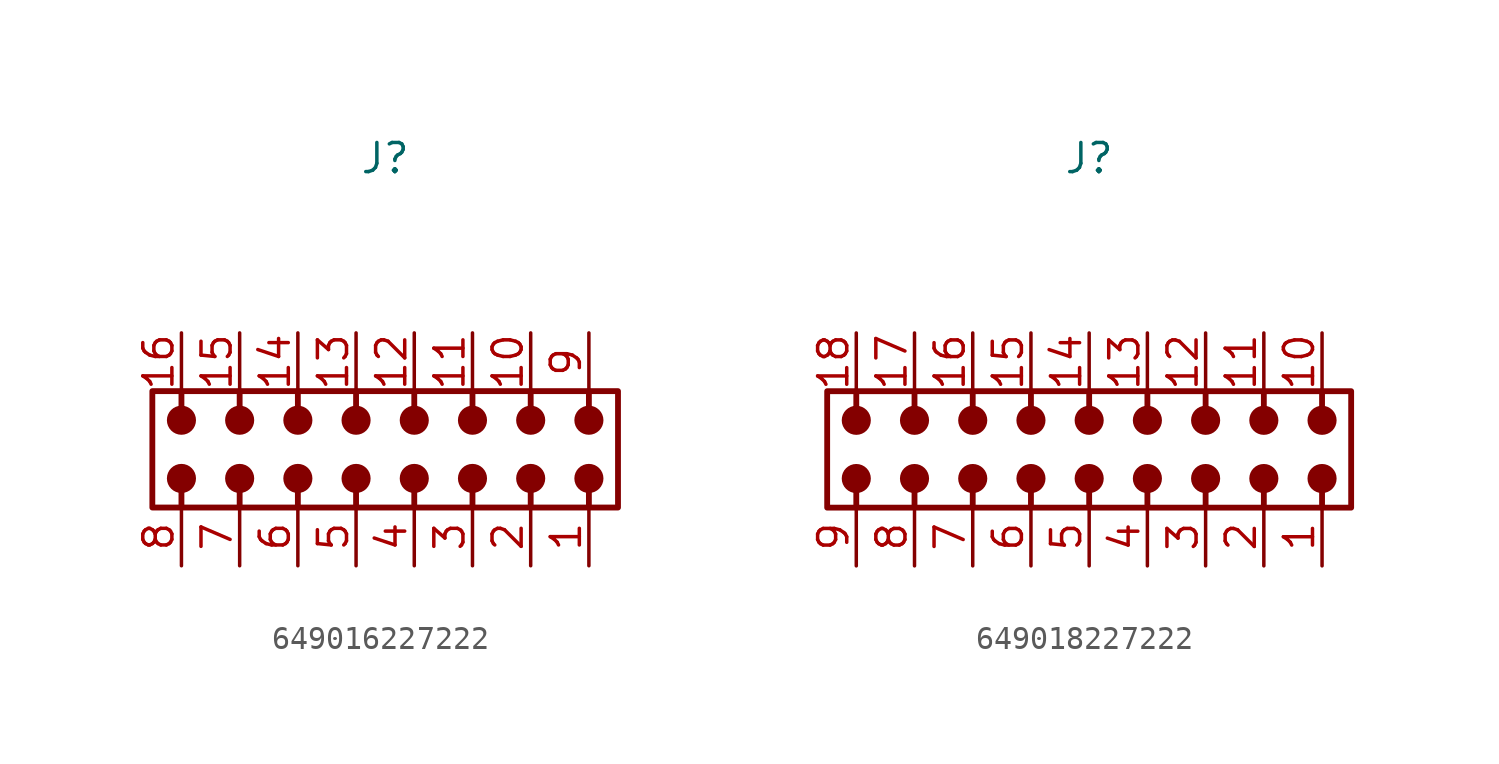
<source format=kicad_sym>
(kicad_symbol_lib
  (version 20241209)
  (generator "kicad_symbol_editor")
  (generator_version "9.0")
  (symbol "649016227222"
    (pin_names
      (hide yes))
    (property "Reference" "J"
      (at 0 12.7 0)
      (effects (font (size 1.27 1.27))))
    (symbol "649016227222_1_1"
      (rectangle (start -10.16 2.54) (end 10.16 -2.54) (stroke (width 0.254) (type solid)) (fill (type none)))
      (polyline (pts (xy -8.89 1.778) (xy -8.89 2.54)) (stroke (width 0.254) (type solid)) (fill (type none)))
      (circle (center -8.89 1.27) (radius 0.508) (stroke (width 0.254) (type solid)) (fill (type outline)))
      (circle (center -8.89 -1.27) (radius 0.508) (stroke (width 0.254) (type solid)) (fill (type outline)))
      (polyline (pts (xy -8.89 -1.778) (xy -8.89 -2.54)) (stroke (width 0.254) (type solid)) (fill (type none)))
      (polyline (pts (xy -6.35 1.778) (xy -6.35 2.54)) (stroke (width 0.254) (type solid)) (fill (type none)))
      (circle (center -6.35 1.27) (radius 0.508) (stroke (width 0.254) (type solid)) (fill (type outline)))
      (circle (center -6.35 -1.27) (radius 0.508) (stroke (width 0.254) (type solid)) (fill (type outline)))
      (polyline (pts (xy -6.35 -1.778) (xy -6.35 -2.54)) (stroke (width 0.254) (type solid)) (fill (type none)))
      (polyline (pts (xy -3.81 1.778) (xy -3.81 2.54)) (stroke (width 0.254) (type solid)) (fill (type none)))
      (circle (center -3.81 1.27) (radius 0.508) (stroke (width 0.254) (type solid)) (fill (type outline)))
      (circle (center -3.81 -1.27) (radius 0.508) (stroke (width 0.254) (type solid)) (fill (type outline)))
      (polyline (pts (xy -3.81 -1.778) (xy -3.81 -2.54)) (stroke (width 0.254) (type solid)) (fill (type none)))
      (polyline (pts (xy -1.27 1.778) (xy -1.27 2.54)) (stroke (width 0.254) (type solid)) (fill (type none)))
      (circle (center -1.27 1.27) (radius 0.508) (stroke (width 0.254) (type solid)) (fill (type outline)))
      (circle (center -1.27 -1.27) (radius 0.508) (stroke (width 0.254) (type solid)) (fill (type outline)))
      (polyline (pts (xy -1.27 -1.778) (xy -1.27 -2.54)) (stroke (width 0.254) (type solid)) (fill (type none)))
      (polyline (pts (xy 1.27 1.778) (xy 1.27 2.54)) (stroke (width 0.254) (type solid)) (fill (type none)))
      (circle (center 1.27 1.27) (radius 0.508) (stroke (width 0.254) (type solid)) (fill (type outline)))
      (circle (center 1.27 -1.27) (radius 0.508) (stroke (width 0.254) (type solid)) (fill (type outline)))
      (polyline (pts (xy 1.27 -1.778) (xy 1.27 -2.54)) (stroke (width 0.254) (type solid)) (fill (type none)))
      (polyline (pts (xy 3.81 1.778) (xy 3.81 2.54)) (stroke (width 0.254) (type solid)) (fill (type none)))
      (circle (center 3.81 1.27) (radius 0.508) (stroke (width 0.254) (type solid)) (fill (type outline)))
      (circle (center 3.81 -1.27) (radius 0.508) (stroke (width 0.254) (type solid)) (fill (type outline)))
      (polyline (pts (xy 3.81 -1.778) (xy 3.81 -2.54)) (stroke (width 0.254) (type solid)) (fill (type none)))
      (polyline (pts (xy 6.35 1.778) (xy 6.35 2.54)) (stroke (width 0.254) (type solid)) (fill (type none)))
      (circle (center 6.35 1.27) (radius 0.508) (stroke (width 0.254) (type solid)) (fill (type outline)))
      (circle (center 6.35 -1.27) (radius 0.508) (stroke (width 0.254) (type solid)) (fill (type outline)))
      (polyline (pts (xy 6.35 -1.778) (xy 6.35 -2.54)) (stroke (width 0.254) (type solid)) (fill (type none)))
      (polyline (pts (xy 8.89 1.778) (xy 8.89 2.54)) (stroke (width 0.254) (type solid)) (fill (type none)))
      (circle (center 8.89 1.27) (radius 0.508) (stroke (width 0.254) (type solid)) (fill (type outline)))
      (circle (center 8.89 -1.27) (radius 0.508) (stroke (width 0.254) (type solid)) (fill (type outline)))
      (polyline (pts (xy 8.89 -1.778) (xy 8.89 -2.54)) (stroke (width 0.254) (type solid)) (fill (type none)))
      (pin passive line (at -8.89 5.08 270) (length 2.54) (name "16" (effects (font (size 1.27 1.27)))) (number "16" (effects (font (size 1.27 1.27)))))
      (pin passive line (at -8.89 -5.08 90) (length 2.54) (name "8" (effects (font (size 1.27 1.27)))) (number "8" (effects (font (size 1.27 1.27)))))
      (pin passive line (at -6.35 5.08 270) (length 2.54) (name "15" (effects (font (size 1.27 1.27)))) (number "15" (effects (font (size 1.27 1.27)))))
      (pin passive line (at -6.35 -5.08 90) (length 2.54) (name "7" (effects (font (size 1.27 1.27)))) (number "7" (effects (font (size 1.27 1.27)))))
      (pin passive line (at -3.81 5.08 270) (length 2.54) (name "14" (effects (font (size 1.27 1.27)))) (number "14" (effects (font (size 1.27 1.27)))))
      (pin passive line (at -3.81 -5.08 90) (length 2.54) (name "6" (effects (font (size 1.27 1.27)))) (number "6" (effects (font (size 1.27 1.27)))))
      (pin passive line (at -1.27 5.08 270) (length 2.54) (name "13" (effects (font (size 1.27 1.27)))) (number "13" (effects (font (size 1.27 1.27)))))
      (pin passive line (at -1.27 -5.08 90) (length 2.54) (name "5" (effects (font (size 1.27 1.27)))) (number "5" (effects (font (size 1.27 1.27)))))
      (pin passive line (at 1.27 5.08 270) (length 2.54) (name "12" (effects (font (size 1.27 1.27)))) (number "12" (effects (font (size 1.27 1.27)))))
      (pin passive line (at 1.27 -5.08 90) (length 2.54) (name "4" (effects (font (size 1.27 1.27)))) (number "4" (effects (font (size 1.27 1.27)))))
      (pin passive line (at 3.81 5.08 270) (length 2.54) (name "11" (effects (font (size 1.27 1.27)))) (number "11" (effects (font (size 1.27 1.27)))))
      (pin passive line (at 3.81 -5.08 90) (length 2.54) (name "3" (effects (font (size 1.27 1.27)))) (number "3" (effects (font (size 1.27 1.27)))))
      (pin passive line (at 6.35 5.08 270) (length 2.54) (name "10" (effects (font (size 1.27 1.27)))) (number "10" (effects (font (size 1.27 1.27)))))
      (pin passive line (at 6.35 -5.08 90) (length 2.54) (name "2" (effects (font (size 1.27 1.27)))) (number "2" (effects (font (size 1.27 1.27)))))
      (pin passive line (at 8.89 5.08 270) (length 2.54) (name "9" (effects (font (size 1.27 1.27)))) (number "9" (effects (font (size 1.27 1.27)))))
      (pin passive line (at 8.89 -5.08 90) (length 2.54) (name "1" (effects (font (size 1.27 1.27)))) (number "1" (effects (font (size 1.27 1.27)))))))
  (symbol "649018227222"
    (pin_names
      (hide yes))
    (property "Reference" "J"
      (at 0 12.7 0)
      (effects (font (size 1.27 1.27))))
    (symbol "649018227222_1_1"
      (rectangle (start -11.43 2.54) (end 11.43 -2.54) (stroke (width 0.254) (type solid)) (fill (type none)))
      (polyline (pts (xy -10.16 1.778) (xy -10.16 2.54)) (stroke (width 0.254) (type solid)) (fill (type none)))
      (circle (center -10.16 1.27) (radius 0.508) (stroke (width 0.254) (type solid)) (fill (type outline)))
      (circle (center -10.16 -1.27) (radius 0.508) (stroke (width 0.254) (type solid)) (fill (type outline)))
      (polyline (pts (xy -10.16 -1.778) (xy -10.16 -2.54)) (stroke (width 0.254) (type solid)) (fill (type none)))
      (polyline (pts (xy -7.62 1.778) (xy -7.62 2.54)) (stroke (width 0.254) (type solid)) (fill (type none)))
      (circle (center -7.62 1.27) (radius 0.508) (stroke (width 0.254) (type solid)) (fill (type outline)))
      (circle (center -7.62 -1.27) (radius 0.508) (stroke (width 0.254) (type solid)) (fill (type outline)))
      (polyline (pts (xy -7.62 -1.778) (xy -7.62 -2.54)) (stroke (width 0.254) (type solid)) (fill (type none)))
      (polyline (pts (xy -5.08 1.778) (xy -5.08 2.54)) (stroke (width 0.254) (type solid)) (fill (type none)))
      (circle (center -5.08 1.27) (radius 0.508) (stroke (width 0.254) (type solid)) (fill (type outline)))
      (circle (center -5.08 -1.27) (radius 0.508) (stroke (width 0.254) (type solid)) (fill (type outline)))
      (polyline (pts (xy -5.08 -1.778) (xy -5.08 -2.54)) (stroke (width 0.254) (type solid)) (fill (type none)))
      (polyline (pts (xy -2.54 1.778) (xy -2.54 2.54)) (stroke (width 0.254) (type solid)) (fill (type none)))
      (circle (center -2.54 1.27) (radius 0.508) (stroke (width 0.254) (type solid)) (fill (type outline)))
      (circle (center -2.54 -1.27) (radius 0.508) (stroke (width 0.254) (type solid)) (fill (type outline)))
      (polyline (pts (xy -2.54 -1.778) (xy -2.54 -2.54)) (stroke (width 0.254) (type solid)) (fill (type none)))
      (polyline (pts (xy 0 1.778) (xy 0 2.54)) (stroke (width 0.254) (type solid)) (fill (type none)))
      (circle (center 0 1.27) (radius 0.508) (stroke (width 0.254) (type solid)) (fill (type outline)))
      (circle (center 0 -1.27) (radius 0.508) (stroke (width 0.254) (type solid)) (fill (type outline)))
      (polyline (pts (xy 0 -1.778) (xy 0 -2.54)) (stroke (width 0.254) (type solid)) (fill (type none)))
      (polyline (pts (xy 2.54 1.778) (xy 2.54 2.54)) (stroke (width 0.254) (type solid)) (fill (type none)))
      (circle (center 2.54 1.27) (radius 0.508) (stroke (width 0.254) (type solid)) (fill (type outline)))
      (circle (center 2.54 -1.27) (radius 0.508) (stroke (width 0.254) (type solid)) (fill (type outline)))
      (polyline (pts (xy 2.54 -1.778) (xy 2.54 -2.54)) (stroke (width 0.254) (type solid)) (fill (type none)))
      (polyline (pts (xy 5.08 1.778) (xy 5.08 2.54)) (stroke (width 0.254) (type solid)) (fill (type none)))
      (circle (center 5.08 1.27) (radius 0.508) (stroke (width 0.254) (type solid)) (fill (type outline)))
      (circle (center 5.08 -1.27) (radius 0.508) (stroke (width 0.254) (type solid)) (fill (type outline)))
      (polyline (pts (xy 5.08 -1.778) (xy 5.08 -2.54)) (stroke (width 0.254) (type solid)) (fill (type none)))
      (polyline (pts (xy 7.62 1.778) (xy 7.62 2.54)) (stroke (width 0.254) (type solid)) (fill (type none)))
      (circle (center 7.62 1.27) (radius 0.508) (stroke (width 0.254) (type solid)) (fill (type outline)))
      (circle (center 7.62 -1.27) (radius 0.508) (stroke (width 0.254) (type solid)) (fill (type outline)))
      (polyline (pts (xy 7.62 -1.778) (xy 7.62 -2.54)) (stroke (width 0.254) (type solid)) (fill (type none)))
      (polyline (pts (xy 10.16 1.778) (xy 10.16 2.54)) (stroke (width 0.254) (type solid)) (fill (type none)))
      (circle (center 10.16 1.27) (radius 0.508) (stroke (width 0.254) (type solid)) (fill (type outline)))
      (circle (center 10.16 -1.27) (radius 0.508) (stroke (width 0.254) (type solid)) (fill (type outline)))
      (polyline (pts (xy 10.16 -1.778) (xy 10.16 -2.54)) (stroke (width 0.254) (type solid)) (fill (type none)))
      (pin passive line (at -10.16 5.08 270) (length 2.54) (name "18" (effects (font (size 1.27 1.27)))) (number "18" (effects (font (size 1.27 1.27)))))
      (pin passive line (at -10.16 -5.08 90) (length 2.54) (name "9" (effects (font (size 1.27 1.27)))) (number "9" (effects (font (size 1.27 1.27)))))
      (pin passive line (at -7.62 5.08 270) (length 2.54) (name "17" (effects (font (size 1.27 1.27)))) (number "17" (effects (font (size 1.27 1.27)))))
      (pin passive line (at -7.62 -5.08 90) (length 2.54) (name "8" (effects (font (size 1.27 1.27)))) (number "8" (effects (font (size 1.27 1.27)))))
      (pin passive line (at -5.08 5.08 270) (length 2.54) (name "16" (effects (font (size 1.27 1.27)))) (number "16" (effects (font (size 1.27 1.27)))))
      (pin passive line (at -5.08 -5.08 90) (length 2.54) (name "7" (effects (font (size 1.27 1.27)))) (number "7" (effects (font (size 1.27 1.27)))))
      (pin passive line (at -2.54 5.08 270) (length 2.54) (name "15" (effects (font (size 1.27 1.27)))) (number "15" (effects (font (size 1.27 1.27)))))
      (pin passive line (at -2.54 -5.08 90) (length 2.54) (name "6" (effects (font (size 1.27 1.27)))) (number "6" (effects (font (size 1.27 1.27)))))
      (pin passive line (at 0 5.08 270) (length 2.54) (name "14" (effects (font (size 1.27 1.27)))) (number "14" (effects (font (size 1.27 1.27)))))
      (pin passive line (at 0 -5.08 90) (length 2.54) (name "5" (effects (font (size 1.27 1.27)))) (number "5" (effects (font (size 1.27 1.27)))))
      (pin passive line (at 2.54 5.08 270) (length 2.54) (name "13" (effects (font (size 1.27 1.27)))) (number "13" (effects (font (size 1.27 1.27)))))
      (pin passive line (at 2.54 -5.08 90) (length 2.54) (name "4" (effects (font (size 1.27 1.27)))) (number "4" (effects (font (size 1.27 1.27)))))
      (pin passive line (at 5.08 5.08 270) (length 2.54) (name "12" (effects (font (size 1.27 1.27)))) (number "12" (effects (font (size 1.27 1.27)))))
      (pin passive line (at 5.08 -5.08 90) (length 2.54) (name "3" (effects (font (size 1.27 1.27)))) (number "3" (effects (font (size 1.27 1.27)))))
      (pin passive line (at 7.62 5.08 270) (length 2.54) (name "11" (effects (font (size 1.27 1.27)))) (number "11" (effects (font (size 1.27 1.27)))))
      (pin passive line (at 7.62 -5.08 90) (length 2.54) (name "2" (effects (font (size 1.27 1.27)))) (number "2" (effects (font (size 1.27 1.27)))))
      (pin passive line (at 10.16 5.08 270) (length 2.54) (name "10" (effects (font (size 1.27 1.27)))) (number "10" (effects (font (size 1.27 1.27)))))
      (pin passive line (at 10.16 -5.08 90) (length 2.54) (name "1" (effects (font (size 1.27 1.27)))) (number "1" (effects (font (size 1.27 1.27))))))))
</source>
